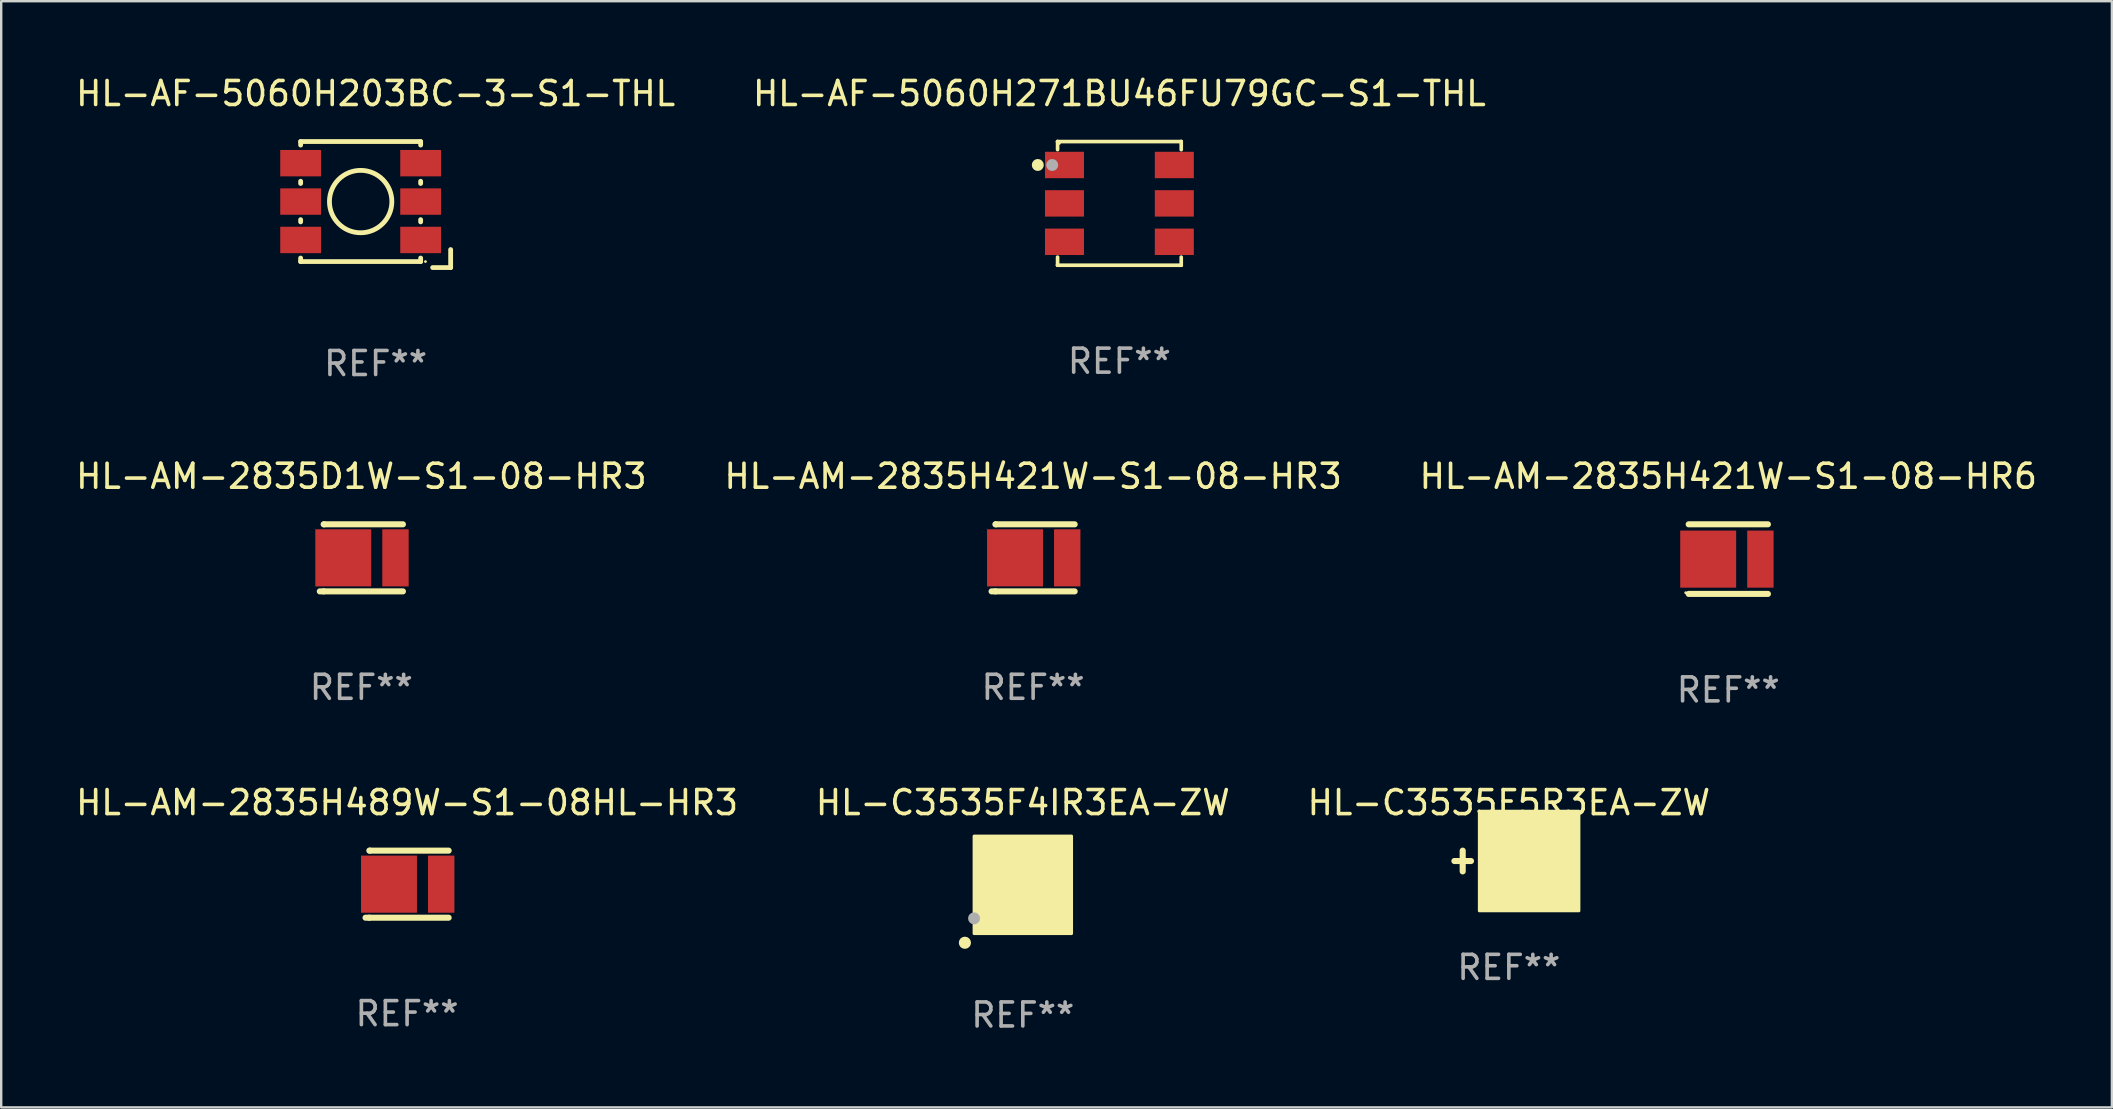
<source format=kicad_pcb>
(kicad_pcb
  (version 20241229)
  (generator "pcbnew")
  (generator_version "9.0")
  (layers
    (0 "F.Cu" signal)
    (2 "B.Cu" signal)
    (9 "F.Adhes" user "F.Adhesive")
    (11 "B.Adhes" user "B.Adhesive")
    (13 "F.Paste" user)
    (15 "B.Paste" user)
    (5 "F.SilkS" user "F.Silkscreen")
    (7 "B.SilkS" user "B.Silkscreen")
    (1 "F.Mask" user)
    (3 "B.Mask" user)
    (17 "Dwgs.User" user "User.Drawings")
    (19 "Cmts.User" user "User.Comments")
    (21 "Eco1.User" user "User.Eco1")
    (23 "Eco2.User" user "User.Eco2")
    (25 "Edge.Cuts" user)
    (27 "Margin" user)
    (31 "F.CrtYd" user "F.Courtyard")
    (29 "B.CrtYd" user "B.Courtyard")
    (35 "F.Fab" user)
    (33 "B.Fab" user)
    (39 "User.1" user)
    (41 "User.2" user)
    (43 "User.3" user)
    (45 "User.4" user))
  (footprint "HL-C3535F5R3EA-ZW"
    (layer "F.Cu")
    (at 59.815 32.824)
    (property "Reference" "HL-C3535F5R3EA-ZW" (at 0 -2.432 0) (layer "F.SilkS") (effects (font (size 1 1) (thickness 0.15))))
    (attr through_hole)
    (fp_line (start -2.269 0.000013) (end -1.577 0.000013) (stroke (width 0.254) (type solid)) (layer "F.SilkS"))
    (fp_line (start -1.923 -0.432) (end -1.923 0.432) (stroke (width 0.254) (type solid)) (layer "F.SilkS"))
    (fp_circle (center -0.905 1.76) (end -0.875 1.76) (stroke (width 0.06) (type solid)) (fill no) (layer "F.SilkS"))
    (fp_poly (pts (xy -1.231 -2.076) (xy 2.92 -2.076) (xy 2.92 2.076) (xy -1.231 2.076)) (stroke (width 0.12) (type solid)) (fill yes) (layer "F.SilkS"))
    (fp_text user "REF**" (at 0 4.432 0) (layer "F.Fab") (effects (font (size 1 1) (thickness 0.15))))
    (pad "1" smd rect (at -0.58 0.000013) (size 0.8 3.8) (layers "F.Cu" "F.Mask" "F.Paste"))
    (pad "2" smd rect (at 2.269 0.000013) (size 0.8 3.8) (layers "F.Cu" "F.Mask" "F.Paste"))
    (pad "3" smd custom (at 0.845 0.000013) (size 1.36 3.52) (layers "F.Cu" "F.Mask" "F.Paste") (options (anchor circle)) (primitives (gr_poly (pts (xy -0.68 -1.9) (xy -0.68 -0.08) (xy -0.68 -0.07) (xy -0.41 -0.07) (xy -0.41 0.07) (xy -0.68 0.07) (xy -0.68 1.9) (xy 0.68 1.9) (xy 0.68 0.07) (xy 0.41 0.07) (xy 0.41 -0.07) (xy 0.68 -0.07) (xy 0.68 -1.9) (xy -0.68 -1.9)) (width 0) (fill yes)))))
  (footprint "HL-C3535F4IR3EA-ZW"
    (layer "F.Cu")
    (at 39.565 33.816)
    (property "Reference" "HL-C3535F4IR3EA-ZW" (at 0 -3.425 0) (layer "F.SilkS") (effects (font (size 1 1) (thickness 0.15))))
    (attr through_hole)
    (fp_circle (center -2.54 2.54) (end -2.51 2.54) (stroke (width 0.06) (type solid)) (fill no) (layer "F.SilkS"))
    (fp_circle (center -2.413 2.413) (end -2.286 2.413) (stroke (width 0.254) (type solid)) (fill no) (layer "F.SilkS"))
    (fp_poly (pts (xy -2.032 -2.032) (xy 2.032 -2.032) (xy 2.032 2.032) (xy -2.032 2.032)) (stroke (width 0.12) (type solid)) (fill yes) (layer "F.SilkS"))
    (fp_circle (center -2.032 1.397) (end -1.907 1.397) (stroke (width 0.25) (type solid)) (fill no) (layer "F.Fab"))
    (fp_text user "REF**" (at 0 5.425 0) (layer "F.Fab") (effects (font (size 1 1) (thickness 0.15))))
    (pad "1" smd rect (at 0 1.425 90) (size 0.6 3.45) (layers "F.Cu" "F.Mask" "F.Paste"))
    (pad "2" smd rect (at 0 0 90) (size 1.35 3.45) (layers "F.Cu" "F.Mask" "F.Paste"))
    (pad "3" smd rect (at 0 -1.425 90) (size 0.6 3.45) (layers "F.Cu" "F.Mask" "F.Paste")))
  (footprint "HL-AM-2835H421W-S1-08-HR3"
    (layer "F.Cu")
    (at 39.994 20.192)
    (property "Reference" "HL-AM-2835H421W-S1-08-HR3" (at 0 -3.397 0) (layer "F.SilkS") (effects (font (size 1 1) (thickness 0.15))))
    (attr through_hole)
    (fp_line (start -1.571 -1.397) (end -1.551 -1.397) (stroke (width 0.254) (type solid)) (layer "F.SilkS"))
    (fp_line (start -1.571 1.397) (end -1.731 1.397) (stroke (width 0.254) (type solid)) (layer "F.SilkS"))
    (fp_line (start -1.551 -1.397) (end 1.731 -1.397) (stroke (width 0.254) (type solid)) (layer "F.SilkS"))
    (fp_line (start 1.731 1.397) (end -1.571 1.397) (stroke (width 0.254) (type solid)) (layer "F.SilkS"))
    (fp_circle (center -1.668 1.4) (end -1.638 1.4) (stroke (width 0.06) (type solid)) (fill no) (layer "F.SilkS"))
    (fp_text user "REF**" (at 0 5.397 0) (layer "F.Fab") (effects (font (size 1 1) (thickness 0.15))))
    (pad "1" smd rect (at -0.754 0 180) (size 2.33 2.38) (layers "F.Cu" "F.Mask" "F.Paste"))
    (pad "2" smd rect (at 1.421 0 180) (size 1.1 2.38) (layers "F.Cu" "F.Mask" "F.Paste")))
  (footprint "HL-AF-5060H271BU46FU79GC-S1-THL"
    (layer "F.Cu")
    (at 43.589 5.424)
    (property "Reference" "HL-AF-5060H271BU46FU79GC-S1-THL" (at 0 -4.576 0) (layer "F.SilkS") (effects (font (size 1 1) (thickness 0.15))))
    (attr through_hole)
    (fp_line (start -2.576 -2.576) (end -2.576 -2.576) (stroke (width 0.152) (type solid)) (layer "F.SilkS"))
    (fp_line (start -2.576 -2.576) (end 2.576 -2.576) (stroke (width 0.152) (type solid)) (layer "F.SilkS"))
    (fp_line (start -2.576 -2.239) (end -2.576 -2.576) (stroke (width 0.152) (type solid)) (layer "F.SilkS"))
    (fp_line (start -2.576 2.239) (end -2.576 2.576) (stroke (width 0.152) (type solid)) (layer "F.SilkS"))
    (fp_line (start -2.576 2.576) (end -2.576 2.576) (stroke (width 0.152) (type solid)) (layer "F.SilkS"))
    (fp_line (start -2.576 2.576) (end 2.576 2.576) (stroke (width 0.152) (type solid)) (layer "F.SilkS"))
    (fp_line (start 2.576 -2.576) (end 2.576 -2.576) (stroke (width 0.152) (type solid)) (layer "F.SilkS"))
    (fp_line (start 2.576 -2.576) (end 2.576 -2.239) (stroke (width 0.152) (type solid)) (layer "F.SilkS"))
    (fp_line (start 2.576 2.576) (end 2.576 2.239) (stroke (width 0.152) (type solid)) (layer "F.SilkS"))
    (fp_line (start 2.576 2.576) (end 2.576 2.576) (stroke (width 0.152) (type solid)) (layer "F.SilkS"))
    (fp_circle (center -3.4 -1.6) (end -3.275 -1.6) (stroke (width 0.25) (type solid)) (fill no) (layer "F.SilkS"))
    (fp_circle (center -2.5 -2.5) (end -2.47 -2.5) (stroke (width 0.06) (type solid)) (fill no) (layer "F.SilkS"))
    (fp_circle (center -2.8 -1.6) (end -2.675 -1.6) (stroke (width 0.25) (type solid)) (fill no) (layer "F.Fab"))
    (fp_text user "REF**" (at 0 6.576 0) (layer "F.Fab") (effects (font (size 1 1) (thickness 0.15))))
    (pad "1" smd rect (at -2.288 -1.6) (size 1.625 1.1) (layers "F.Cu" "F.Mask" "F.Paste"))
    (pad "2" smd rect (at -2.288 0) (size 1.625 1.1) (layers "F.Cu" "F.Mask" "F.Paste"))
    (pad "3" smd rect (at -2.288 1.6) (size 1.625 1.1) (layers "F.Cu" "F.Mask" "F.Paste"))
    (pad "4" smd rect (at 2.288 1.6) (size 1.625 1.1) (layers "F.Cu" "F.Mask" "F.Paste"))
    (pad "5" smd rect (at 2.288 0) (size 1.625 1.1) (layers "F.Cu" "F.Mask" "F.Paste"))
    (pad "6" smd rect (at 2.288 -1.6) (size 1.625 1.1) (layers "F.Cu" "F.Mask" "F.Paste")))
  (footprint "HL-AM-2835D1W-S1-08-HR3"
    (layer "F.Cu")
    (at 12.006 20.192)
    (property "Reference" "HL-AM-2835D1W-S1-08-HR3" (at 0 -3.397 0) (layer "F.SilkS") (effects (font (size 1 1) (thickness 0.15))))
    (attr through_hole)
    (fp_line (start -1.571 -1.397) (end -1.551 -1.397) (stroke (width 0.254) (type solid)) (layer "F.SilkS"))
    (fp_line (start -1.571 1.397) (end -1.731 1.397) (stroke (width 0.254) (type solid)) (layer "F.SilkS"))
    (fp_line (start -1.551 -1.397) (end 1.731 -1.397) (stroke (width 0.254) (type solid)) (layer "F.SilkS"))
    (fp_line (start 1.731 1.397) (end -1.571 1.397) (stroke (width 0.254) (type solid)) (layer "F.SilkS"))
    (fp_circle (center -1.668 1.4) (end -1.638 1.4) (stroke (width 0.06) (type solid)) (fill no) (layer "F.SilkS"))
    (fp_text user "REF**" (at 0 5.397 0) (layer "F.Fab") (effects (font (size 1 1) (thickness 0.15))))
    (pad "1" smd rect (at -0.754 0 180) (size 2.33 2.38) (layers "F.Cu" "F.Mask" "F.Paste"))
    (pad "2" smd rect (at 1.421 0 180) (size 1.1 2.38) (layers "F.Cu" "F.Mask" "F.Paste")))
  (footprint "HL-AF-5060H203BC-3-S1-THL"
    (layer "F.Cu")
    (at 12.601 5.473)
    (property "Reference" "HL-AF-5060H203BC-3-S1-THL" (at 0 -4.625 0) (layer "F.SilkS") (effects (font (size 1 1) (thickness 0.15))))
    (attr through_hole)
    (fp_line (start -3.125 -2.625) (end 1.875 -2.625) (stroke (width 0.2) (type solid)) (layer "F.SilkS"))
    (fp_line (start -3.125 -2.479) (end -3.125 -2.625) (stroke (width 0.2) (type solid)) (layer "F.SilkS"))
    (fp_line (start -3.125 -0.879) (end -3.125 -0.971) (stroke (width 0.2) (type solid)) (layer "F.SilkS"))
    (fp_line (start -3.125 0.721) (end -3.125 0.629) (stroke (width 0.2) (type solid)) (layer "F.SilkS"))
    (fp_line (start -3.125 2.375) (end -3.125 2.229) (stroke (width 0.2) (type solid)) (layer "F.SilkS"))
    (fp_line (start 1.875 -2.625) (end 1.875 -2.479) (stroke (width 0.2) (type solid)) (layer "F.SilkS"))
    (fp_line (start 1.875 -0.971) (end 1.875 -0.879) (stroke (width 0.2) (type solid)) (layer "F.SilkS"))
    (fp_line (start 1.875 0.629) (end 1.875 0.721) (stroke (width 0.2) (type solid)) (layer "F.SilkS"))
    (fp_line (start 1.875 2.229) (end 1.875 2.375) (stroke (width 0.2) (type solid)) (layer "F.SilkS"))
    (fp_line (start 1.875 2.375) (end -3.125 2.375) (stroke (width 0.2) (type solid)) (layer "F.SilkS"))
    (fp_line (start 2.375 2.625) (end 3.125 2.625) (stroke (width 0.2) (type solid)) (layer "F.SilkS"))
    (fp_line (start 3.125 2.625) (end 3.125 1.875) (stroke (width 0.2) (type solid)) (layer "F.SilkS"))
    (fp_circle (center -0.625 -0.125) (end 0.675 -0.125) (stroke (width 0.2) (type solid)) (fill no) (layer "F.SilkS"))
    (fp_circle (center 2.075 2.375) (end 2.105 2.375) (stroke (width 0.06) (type solid)) (fill no) (layer "F.SilkS"))
    (fp_text user "REF**" (at 0 6.625 0) (layer "F.Fab") (effects (font (size 1 1) (thickness 0.15))))
    (pad "1" smd rect (at 1.875 1.475) (size 1.7 1.1) (layers "F.Cu" "F.Mask" "F.Paste"))
    (pad "2" smd rect (at 1.875 -0.125) (size 1.7 1.1) (layers "F.Cu" "F.Mask" "F.Paste"))
    (pad "3" smd rect (at 1.875 -1.725) (size 1.7 1.1) (layers "F.Cu" "F.Mask" "F.Paste"))
    (pad "4" smd rect (at -3.125 -1.725) (size 1.7 1.1) (layers "F.Cu" "F.Mask" "F.Paste"))
    (pad "5" smd rect (at -3.125 -0.125) (size 1.7 1.1) (layers "F.Cu" "F.Mask" "F.Paste"))
    (pad "6" smd rect (at -3.125 1.475) (size 1.7 1.1) (layers "F.Cu" "F.Mask" "F.Paste")))
  (footprint "HL-AM-2835H489W-S1-08HL-HR3"
    (layer "F.Cu")
    (at 13.911 33.788)
    (property "Reference" "HL-AM-2835H489W-S1-08HL-HR3" (at 0 -3.397 0) (layer "F.SilkS") (effects (font (size 1 1) (thickness 0.15))))
    (attr through_hole)
    (fp_line (start -1.571 -1.397) (end -1.551 -1.397) (stroke (width 0.254) (type solid)) (layer "F.SilkS"))
    (fp_line (start -1.571 1.397) (end -1.731 1.397) (stroke (width 0.254) (type solid)) (layer "F.SilkS"))
    (fp_line (start -1.551 -1.397) (end 1.731 -1.397) (stroke (width 0.254) (type solid)) (layer "F.SilkS"))
    (fp_line (start 1.731 1.397) (end -1.571 1.397) (stroke (width 0.254) (type solid)) (layer "F.SilkS"))
    (fp_circle (center -1.668 1.4) (end -1.638 1.4) (stroke (width 0.06) (type solid)) (fill no) (layer "F.SilkS"))
    (fp_text user "REF**" (at 0 5.397 0) (layer "F.Fab") (effects (font (size 1 1) (thickness 0.15))))
    (pad "1" smd rect (at -0.754 0 180) (size 2.33 2.38) (layers "F.Cu" "F.Mask" "F.Paste"))
    (pad "2" smd rect (at 1.421 0 180) (size 1.1 2.38) (layers "F.Cu" "F.Mask" "F.Paste")))
  (footprint "HL-AM-2835H421W-S1-08-HR6"
    (layer "F.Cu")
    (at 68.958 20.245)
    (property "Reference" "HL-AM-2835H421W-S1-08-HR6" (at 0 -3.45 0) (layer "F.SilkS") (effects (font (size 1 1) (thickness 0.15))))
    (attr through_hole)
    (fp_line (start -1.65 1.45) (end 1.65 1.45) (stroke (width 0.254) (type solid)) (layer "F.SilkS"))
    (fp_line (start 1.65 -1.45) (end -1.65 -1.45) (stroke (width 0.254) (type solid)) (layer "F.SilkS"))
    (fp_circle (center -1.775 1.4) (end -1.745 1.4) (stroke (width 0.06) (type solid)) (fill no) (layer "F.SilkS"))
    (fp_text user "REF**" (at 0 5.45 0) (layer "F.Fab") (effects (font (size 1 1) (thickness 0.15))))
    (pad "1" smd rect (at -0.838 -0.000013 180) (size 2.33 2.38) (layers "F.Cu" "F.Mask" "F.Paste"))
    (pad "2" smd rect (at 1.338 -0.000013 180) (size 1.1 2.38) (layers "F.Cu" "F.Mask" "F.Paste")))
  (gr_rect
    (start -3 -3)
    (end 84.94 43.089)
    (stroke (width 0.1) (type default))
    (fill no)
    (layer "Edge.Cuts")))
</source>
